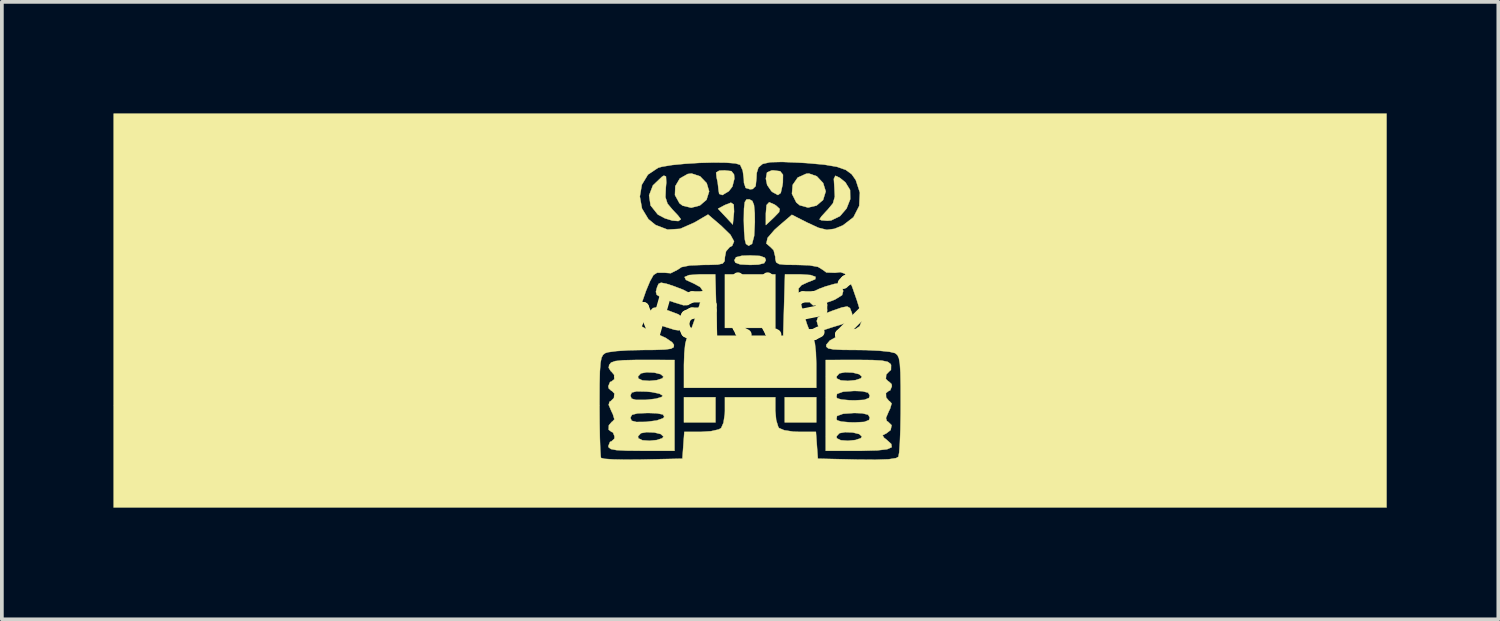
<source format=kicad_pcb>
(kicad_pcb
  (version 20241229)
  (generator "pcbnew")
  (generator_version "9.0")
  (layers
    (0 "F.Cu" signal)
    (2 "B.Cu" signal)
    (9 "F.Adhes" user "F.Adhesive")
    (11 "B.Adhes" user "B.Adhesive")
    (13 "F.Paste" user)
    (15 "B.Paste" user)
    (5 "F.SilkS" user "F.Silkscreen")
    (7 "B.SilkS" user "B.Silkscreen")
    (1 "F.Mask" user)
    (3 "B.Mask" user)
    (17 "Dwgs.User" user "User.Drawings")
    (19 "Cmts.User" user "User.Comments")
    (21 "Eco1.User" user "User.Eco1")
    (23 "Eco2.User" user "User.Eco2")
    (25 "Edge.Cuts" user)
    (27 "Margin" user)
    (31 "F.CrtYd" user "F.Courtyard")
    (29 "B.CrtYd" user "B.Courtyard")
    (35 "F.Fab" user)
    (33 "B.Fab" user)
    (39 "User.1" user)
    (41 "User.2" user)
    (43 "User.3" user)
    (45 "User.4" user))
  (footprint "walle2"
    (layer "F.Cu")
    (at 17.108 5.254)
    (property "Reference" "walle2" (at 0 0 0) (layer "F.SilkS") (effects (font (size 1.524 1.524) (thickness 0.3))))
    (attr through_hole)
    (fp_poly (pts (xy -0.931 3.048) (xy -1.778 3.048) (xy -1.778 2.371) (xy -0.931 2.371) (xy -0.931 3.048)) (stroke (width 0.01) (type solid)) (fill yes) (layer "F.SilkS"))
    (fp_poly (pts (xy 0.677 0.508) (xy -0.677 0.508) (xy -0.677 -0.931) (xy 0.677 -0.931) (xy 0.677 0.508)) (stroke (width 0.01) (type solid)) (fill yes) (layer "F.SilkS"))
    (fp_poly (pts (xy 1.778 3.048) (xy 0.931 3.048) (xy 0.931 2.371) (xy 1.778 2.371) (xy 1.778 3.048)) (stroke (width 0.01) (type solid)) (fill yes) (layer "F.SilkS"))
    (fp_poly (pts (xy -0.44 -2.806) (xy -0.432 -2.619) (xy -0.439 -2.54) (xy -0.466 -2.27) (xy -0.664 -2.483) (xy -0.863 -2.695) (xy -0.678 -2.794) (xy -0.515 -2.858) (xy -0.44 -2.806)) (stroke (width 0.01) (type solid)) (fill yes) (layer "F.SilkS"))
    (fp_poly (pts (xy 0.655 -2.808) (xy 0.708 -2.771) (xy 0.796 -2.688) (xy 0.779 -2.604) (xy 0.645 -2.465) (xy 0.64 -2.46) (xy 0.423 -2.256) (xy 0.423 -2.568) (xy 0.442 -2.794) (xy 0.512 -2.869) (xy 0.655 -2.808)) (stroke (width 0.01) (type solid)) (fill yes) (layer "F.SilkS"))
    (fp_poly (pts (xy 0.266 -1.426) (xy 0.396 -1.379) (xy 0.423 -1.312) (xy 0.378 -1.232) (xy 0.221 -1.193) (xy 0 -1.185) (xy -0.266 -1.199) (xy -0.396 -1.246) (xy -0.423 -1.312) (xy -0.378 -1.392) (xy -0.221 -1.431) (xy 0 -1.439) (xy 0.266 -1.426)) (stroke (width 0.01) (type solid)) (fill yes) (layer "F.SilkS"))
    (fp_poly (pts (xy -1.344 -3.566) (xy -1.167 -3.382) (xy -1.101 -3.16) (xy -1.172 -2.935) (xy -1.351 -2.782) (xy -1.583 -2.722) (xy -1.813 -2.777) (xy -1.899 -2.842) (xy -2.02 -3.063) (xy -2.01 -3.302) (xy -1.889 -3.508) (xy -1.679 -3.628) (xy -1.573 -3.641) (xy -1.344 -3.566)) (stroke (width 0.01) (type solid)) (fill yes) (layer "F.SilkS"))
    (fp_poly (pts (xy -0.502 -3.705) (xy -0.432 -3.615) (xy -0.423 -3.502) (xy -0.477 -3.29) (xy -0.572 -3.166) (xy -0.746 -3.062) (xy -0.831 -3.093) (xy -0.848 -3.196) (xy -0.871 -3.4) (xy -0.9 -3.535) (xy -0.914 -3.667) (xy -0.83 -3.718) (xy -0.687 -3.725) (xy -0.502 -3.705)) (stroke (width 0.01) (type solid)) (fill yes) (layer "F.SilkS"))
    (fp_poly (pts (xy 0.808 -3.703) (xy 0.883 -3.608) (xy 0.88 -3.401) (xy 0.869 -3.323) (xy 0.823 -3.118) (xy 0.748 -3.063) (xy 0.607 -3.139) (xy 0.572 -3.166) (xy 0.458 -3.333) (xy 0.423 -3.502) (xy 0.454 -3.669) (xy 0.579 -3.724) (xy 0.63 -3.725) (xy 0.808 -3.703)) (stroke (width 0.01) (type solid)) (fill yes) (layer "F.SilkS"))
    (fp_poly (pts (xy 1.792 -3.567) (xy 1.962 -3.386) (xy 2.032 -3.162) (xy 2.032 -3.16) (xy 1.961 -2.931) (xy 1.785 -2.78) (xy 1.557 -2.726) (xy 1.33 -2.789) (xy 1.241 -2.864) (xy 1.124 -3.097) (xy 1.144 -3.336) (xy 1.279 -3.532) (xy 1.507 -3.635) (xy 1.581 -3.641) (xy 1.792 -3.567)) (stroke (width 0.01) (type solid)) (fill yes) (layer "F.SilkS"))
    (fp_poly (pts (xy -2.246 -0.678) (xy -2.031 -0.607) (xy -1.795 -0.516) (xy -1.643 -0.436) (xy -1.611 -0.402) (xy -1.614 -0.204) (xy -1.663 -0.108) (xy -1.792 -0.102) (xy -2.034 -0.176) (xy -2.153 -0.218) (xy -2.393 -0.311) (xy -2.509 -0.381) (xy -2.532 -0.463) (xy -2.502 -0.58) (xy -2.461 -0.676) (xy -2.392 -0.707) (xy -2.246 -0.678)) (stroke (width 0.01) (type solid)) (fill yes) (layer "F.SilkS"))
    (fp_poly (pts (xy 0.059 -2.905) (xy 0.104 -2.794) (xy 0.124 -2.577) (xy 0.127 -2.334) (xy 0.108 -1.964) (xy 0.052 -1.751) (xy -0.039 -1.7) (xy -0.111 -1.748) (xy -0.14 -1.856) (xy -0.161 -2.085) (xy -0.169 -2.385) (xy -0.169 -2.391) (xy -0.164 -2.7) (xy -0.143 -2.873) (xy -0.097 -2.944) (xy -0.021 -2.947) (xy 0.059 -2.905)) (stroke (width 0.01) (type solid)) (fill yes) (layer "F.SilkS"))
    (fp_poly (pts (xy -2.34 -0.005) (xy -2.18 0.048) (xy -1.927 0.144) (xy -1.808 0.23) (xy -1.792 0.341) (xy -1.829 0.459) (xy -1.865 0.54) (xy -1.919 0.573) (xy -2.032 0.558) (xy -2.246 0.491) (xy -2.392 0.443) (xy -2.648 0.35) (xy -2.765 0.274) (xy -2.768 0.182) (xy -2.688 0.057) (xy -2.612 -0.025) (xy -2.513 -0.045) (xy -2.34 -0.005)) (stroke (width 0.01) (type solid)) (fill yes) (layer "F.SilkS"))
    (fp_poly (pts (xy 2.455 -0.679) (xy 2.483 -0.541) (xy 2.502 -0.484) (xy 2.471 -0.372) (xy 2.283 -0.256) (xy 2.204 -0.223) (xy 1.886 -0.114) (xy 1.694 -0.096) (xy 1.614 -0.168) (xy 1.609 -0.212) (xy 1.605 -0.365) (xy 1.602 -0.399) (xy 1.672 -0.458) (xy 1.857 -0.543) (xy 2.026 -0.606) (xy 2.263 -0.674) (xy 2.419 -0.696) (xy 2.455 -0.679)) (stroke (width 0.01) (type solid)) (fill yes) (layer "F.SilkS"))
    (fp_poly (pts (xy 2.411 -3.525) (xy 2.561 -3.403) (xy 2.686 -3.199) (xy 2.69 -2.95) (xy 2.592 -2.701) (xy 2.415 -2.496) (xy 2.179 -2.381) (xy 2.078 -2.371) (xy 1.917 -2.384) (xy 1.863 -2.409) (xy 1.917 -2.488) (xy 2.05 -2.634) (xy 2.085 -2.67) (xy 2.226 -2.841) (xy 2.277 -3.019) (xy 2.265 -3.265) (xy 2.25 -3.498) (xy 2.291 -3.581) (xy 2.411 -3.525)) (stroke (width 0.01) (type solid)) (fill yes) (layer "F.SilkS"))
    (fp_poly (pts (xy 2.683 -0.025) (xy 2.731 0.096) (xy 2.742 0.134) (xy 2.753 0.254) (xy 2.668 0.336) (xy 2.453 0.414) (xy 2.448 0.416) (xy 2.205 0.49) (xy 2.025 0.549) (xy 1.992 0.561) (xy 1.876 0.531) (xy 1.831 0.464) (xy 1.79 0.322) (xy 1.821 0.227) (xy 1.954 0.146) (xy 2.205 0.049) (xy 2.465 -0.041) (xy 2.609 -0.068) (xy 2.683 -0.025)) (stroke (width 0.01) (type solid)) (fill yes) (layer "F.SilkS"))
    (fp_poly (pts (xy -2.261 -3.562) (xy -2.253 -3.396) (xy -2.265 -3.265) (xy -2.276 -3.006) (xy -2.22 -2.831) (xy -2.085 -2.67) (xy -1.94 -2.516) (xy -1.865 -2.418) (xy -1.863 -2.409) (xy -1.93 -2.363) (xy -2.092 -2.377) (xy -2.291 -2.438) (xy -2.471 -2.534) (xy -2.486 -2.546) (xy -2.675 -2.783) (xy -2.715 -3.054) (xy -2.612 -3.322) (xy -2.372 -3.551) (xy -2.318 -3.584) (xy -2.261 -3.562)) (stroke (width 0.01) (type solid)) (fill yes) (layer "F.SilkS"))
    (fp_poly (pts (xy -0.913 -0.106) (xy -0.889 0.72) (xy 0.889 0.72) (xy 0.913 -0.106) (xy 0.937 -0.931) (xy 1.358 -0.931) (xy 1.624 -0.913) (xy 1.759 -0.865) (xy 1.751 -0.801) (xy 1.587 -0.733) (xy 1.563 -0.726) (xy 1.383 -0.643) (xy 1.301 -0.551) (xy 1.305 -0.417) (xy 1.354 -0.178) (xy 1.434 0.115) (xy 1.529 0.41) (xy 1.624 0.655) (xy 1.702 0.798) (xy 1.704 0.8) (xy 1.74 0.919) (xy 1.767 1.158) (xy 1.778 1.468) (xy 1.778 1.499) (xy 1.778 2.117) (xy -1.778 2.117) (xy -1.778 1.499) (xy -1.768 1.185) (xy -1.743 0.938) (xy -1.708 0.805) (xy -1.704 0.8) (xy -1.64 0.678) (xy -1.548 0.447) (xy -1.447 0.16) (xy -1.355 -0.129) (xy -1.29 -0.366) (xy -1.27 -0.487) (xy -1.342 -0.591) (xy -1.515 -0.687) (xy -1.524 -0.69) (xy -1.725 -0.783) (xy -1.762 -0.86) (xy -1.64 -0.912) (xy -1.365 -0.931) (xy -1.358 -0.931) (xy -0.937 -0.931) (xy -0.913 -0.106)) (stroke (width 0.01) (type solid)) (fill yes) (layer "F.SilkS"))
    (fp_poly (pts (xy 3.283 1.372) (xy 3.543 1.387) (xy 3.696 1.419) (xy 3.771 1.473) (xy 3.788 1.504) (xy 3.785 1.636) (xy 3.741 1.674) (xy 3.658 1.76) (xy 3.648 1.88) (xy 3.716 1.947) (xy 3.725 1.947) (xy 3.8 2.016) (xy 3.81 2.074) (xy 3.764 2.187) (xy 3.725 2.201) (xy 3.65 2.26) (xy 3.655 2.378) (xy 3.734 2.472) (xy 3.747 2.477) (xy 3.803 2.538) (xy 3.762 2.679) (xy 3.725 2.752) (xy 3.65 2.929) (xy 3.674 3.012) (xy 3.704 3.027) (xy 3.802 3.122) (xy 3.776 3.253) (xy 3.662 3.341) (xy 3.56 3.394) (xy 3.598 3.459) (xy 3.662 3.508) (xy 3.793 3.627) (xy 3.805 3.713) (xy 3.684 3.768) (xy 3.42 3.799) (xy 3 3.81) (xy 2.921 3.81) (xy 2.032 3.81) (xy 2.032 3.424) (xy 2.32 3.424) (xy 2.331 3.475) (xy 2.438 3.527) (xy 2.627 3.541) (xy 2.828 3.521) (xy 2.973 3.473) (xy 3.006 3.429) (xy 2.933 3.361) (xy 2.759 3.318) (xy 2.553 3.309) (xy 2.4 3.337) (xy 2.32 3.424) (xy 2.032 3.424) (xy 2.032 2.964) (xy 2.32 2.964) (xy 2.345 2.994) (xy 2.455 3.026) (xy 2.673 3.045) (xy 2.808 3.048) (xy 3.069 3.034) (xy 3.194 2.984) (xy 3.217 2.921) (xy 3.172 2.841) (xy 3.013 2.802) (xy 2.799 2.794) (xy 2.5 2.815) (xy 2.335 2.874) (xy 2.32 2.964) (xy 2.032 2.964) (xy 2.032 2.371) (xy 2.32 2.371) (xy 2.345 2.401) (xy 2.455 2.433) (xy 2.673 2.452) (xy 2.808 2.455) (xy 3.069 2.441) (xy 3.194 2.391) (xy 3.217 2.328) (xy 3.172 2.248) (xy 3.013 2.209) (xy 2.799 2.201) (xy 2.5 2.222) (xy 2.335 2.281) (xy 2.32 2.371) (xy 2.032 2.371) (xy 2.032 1.815) (xy 2.32 1.815) (xy 2.331 1.867) (xy 2.438 1.918) (xy 2.627 1.932) (xy 2.828 1.912) (xy 2.973 1.865) (xy 3.006 1.82) (xy 2.933 1.753) (xy 2.759 1.709) (xy 2.553 1.7) (xy 2.4 1.729) (xy 2.32 1.815) (xy 2.032 1.815) (xy 2.032 1.37) (xy 2.884 1.368) (xy 3.283 1.372)) (stroke (width 0.01) (type solid)) (fill yes) (layer "F.SilkS"))
    (fp_poly (pts (xy -2.032 1.37) (xy -2.032 3.81) (xy -2.921 3.81) (xy -3.327 3.806) (xy -3.591 3.792) (xy -3.741 3.763) (xy -3.803 3.716) (xy -3.81 3.683) (xy -3.764 3.57) (xy -3.725 3.556) (xy -3.65 3.487) (xy -3.641 3.429) (xy -3.643 3.424) (xy -3.014 3.424) (xy -3.003 3.475) (xy -2.896 3.527) (xy -2.707 3.541) (xy -2.506 3.521) (xy -2.361 3.473) (xy -2.328 3.429) (xy -2.401 3.361) (xy -2.575 3.318) (xy -2.781 3.309) (xy -2.934 3.337) (xy -3.014 3.424) (xy -3.643 3.424) (xy -3.686 3.316) (xy -3.725 3.302) (xy -3.801 3.244) (xy -3.796 3.125) (xy -3.717 3.032) (xy -3.704 3.027) (xy -3.647 2.965) (xy -3.659 2.925) (xy -3.217 2.925) (xy -3.183 3.003) (xy -3.057 3.036) (xy -2.803 3.033) (xy -2.779 3.031) (xy -2.509 2.996) (xy -2.34 2.936) (xy -2.307 2.9) (xy -2.34 2.835) (xy -2.506 2.802) (xy -2.745 2.794) (xy -3.025 2.804) (xy -3.172 2.842) (xy -3.217 2.916) (xy -3.217 2.925) (xy -3.659 2.925) (xy -3.689 2.825) (xy -3.725 2.752) (xy -3.801 2.575) (xy -3.777 2.491) (xy -3.747 2.477) (xy -3.66 2.391) (xy -3.653 2.328) (xy -3.217 2.328) (xy -3.186 2.408) (xy -3.069 2.442) (xy -2.827 2.442) (xy -2.773 2.439) (xy -2.529 2.41) (xy -2.376 2.364) (xy -2.348 2.328) (xy -2.437 2.275) (xy -2.641 2.233) (xy -2.793 2.218) (xy -3.051 2.213) (xy -3.18 2.244) (xy -3.217 2.321) (xy -3.217 2.328) (xy -3.653 2.328) (xy -3.647 2.271) (xy -3.713 2.202) (xy -3.725 2.201) (xy -3.8 2.133) (xy -3.81 2.074) (xy -3.764 1.962) (xy -3.725 1.947) (xy -3.65 1.888) (xy -3.653 1.815) (xy -3.014 1.815) (xy -3.003 1.867) (xy -2.896 1.918) (xy -2.707 1.932) (xy -2.506 1.912) (xy -2.361 1.865) (xy -2.328 1.82) (xy -2.401 1.753) (xy -2.575 1.709) (xy -2.781 1.7) (xy -2.934 1.729) (xy -3.014 1.815) (xy -3.653 1.815) (xy -3.654 1.769) (xy -3.731 1.678) (xy -3.741 1.674) (xy -3.8 1.581) (xy -3.788 1.504) (xy -3.737 1.44) (xy -3.622 1.399) (xy -3.412 1.377) (xy -3.078 1.369) (xy -2.884 1.368) (xy -2.032 1.37)) (stroke (width 0.01) (type solid)) (fill yes) (layer "F.SilkS"))
    (fp_poly (pts (xy 17.103 5.334) (xy -17.103 5.334) (xy -17.103 2.498) (xy -4.048 2.498) (xy -4.048 2.602) (xy -4.045 3.062) (xy -4.038 3.463) (xy -4.027 3.772) (xy -4.015 3.961) (xy -4.006 4.003) (xy -3.911 4.026) (xy -3.68 4.042) (xy -3.347 4.049) (xy -2.945 4.046) (xy -2.893 4.045) (xy -1.82 4.022) (xy -1.794 3.662) (xy -1.768 3.302) (xy -1.324 3.302) (xy -1.052 3.284) (xy -0.845 3.237) (xy -0.779 3.2) (xy -0.716 3.057) (xy -0.68 2.821) (xy -0.677 2.735) (xy -0.677 2.371) (xy 0.677 2.371) (xy 0.677 2.735) (xy 0.7 2.984) (xy 0.756 3.167) (xy 0.779 3.2) (xy 0.917 3.258) (xy 1.159 3.295) (xy 1.324 3.302) (xy 1.768 3.302) (xy 1.794 3.662) (xy 1.82 4.022) (xy 2.872 4.046) (xy 3.375 4.05) (xy 3.722 4.038) (xy 3.922 4.007) (xy 3.985 3.971) (xy 4.006 3.855) (xy 4.024 3.602) (xy 4.038 3.244) (xy 4.046 2.812) (xy 4.047 2.57) (xy 4.046 2.07) (xy 4.039 1.712) (xy 4.024 1.472) (xy 3.998 1.322) (xy 3.957 1.236) (xy 3.899 1.188) (xy 3.892 1.184) (xy 3.744 1.149) (xy 3.471 1.121) (xy 3.119 1.104) (xy 2.878 1.101) (xy 2.488 1.098) (xy 2.238 1.085) (xy 2.101 1.059) (xy 2.048 1.014) (xy 2.047 0.96) (xy 2.142 0.847) (xy 2.355 0.729) (xy 2.473 0.685) (xy 2.773 0.574) (xy 2.943 0.464) (xy 3.002 0.313) (xy 2.967 0.081) (xy 2.873 -0.224) (xy 2.744 -0.595) (xy 2.64 -0.829) (xy 2.54 -0.952) (xy 2.424 -0.991) (xy 2.286 -0.974) (xy 2.049 -0.982) (xy 1.95 -1.055) (xy 1.823 -1.133) (xy 1.585 -1.175) (xy 1.26 -1.185) (xy 0.953 -1.189) (xy 0.779 -1.207) (xy 0.7 -1.255) (xy 0.678 -1.346) (xy 0.677 -1.4) (xy 0.632 -1.58) (xy 0.55 -1.663) (xy 0.436 -1.76) (xy 0.47 -1.912) (xy 0.653 -2.125) (xy 0.773 -2.233) (xy 1.122 -2.532) (xy 1.532 -2.324) (xy 1.837 -2.183) (xy 2.061 -2.128) (xy 2.266 -2.155) (xy 2.494 -2.248) (xy 2.777 -2.466) (xy 2.932 -2.77) (xy 2.95 -3.127) (xy 2.84 -3.464) (xy 2.73 -3.622) (xy 2.57 -3.739) (xy 2.333 -3.822) (xy 1.99 -3.88) (xy 1.515 -3.922) (xy 1.325 -3.933) (xy 0.861 -3.953) (xy 0.54 -3.945) (xy 0.336 -3.899) (xy 0.224 -3.805) (xy 0.177 -3.655) (xy 0.169 -3.503) (xy 0.149 -3.303) (xy 0.07 -3.225) (xy 0 -3.217) (xy -0.119 -3.253) (xy -0.165 -3.389) (xy -0.169 -3.497) (xy -0.198 -3.72) (xy -0.266 -3.872) (xy -0.268 -3.875) (xy -0.392 -3.913) (xy -0.643 -3.933) (xy -0.981 -3.937) (xy -1.363 -3.927) (xy -1.749 -3.903) (xy -2.098 -3.869) (xy -2.368 -3.824) (xy -2.472 -3.795) (xy -2.745 -3.613) (xy -2.91 -3.341) (xy -2.964 -3.023) (xy -2.906 -2.7) (xy -2.734 -2.415) (xy -2.541 -2.258) (xy -2.217 -2.134) (xy -1.88 -2.155) (xy -1.499 -2.323) (xy -1.49 -2.328) (xy -1.13 -2.539) (xy -0.777 -2.237) (xy -0.529 -1.995) (xy -0.432 -1.818) (xy -0.483 -1.698) (xy -0.55 -1.663) (xy -0.647 -1.55) (xy -0.677 -1.4) (xy -0.686 -1.287) (xy -0.737 -1.223) (xy -0.867 -1.194) (xy -1.113 -1.186) (xy -1.26 -1.185) (xy -1.62 -1.171) (xy -1.844 -1.126) (xy -1.95 -1.055) (xy -2.133 -0.962) (xy -2.286 -0.974) (xy -2.502 -0.974) (xy -2.597 -0.914) (xy -2.69 -0.747) (xy -2.797 -0.491) (xy -2.899 -0.198) (xy -2.98 0.08) (xy -3.023 0.291) (xy -3.021 0.371) (xy -2.921 0.465) (xy -2.712 0.581) (xy -2.525 0.66) (xy -2.269 0.776) (xy -2.095 0.895) (xy -2.047 0.964) (xy -2.054 1.026) (xy -2.126 1.067) (xy -2.289 1.089) (xy -2.572 1.099) (xy -2.878 1.101) (xy -3.258 1.109) (xy -3.586 1.13) (xy -3.817 1.161) (xy -3.892 1.184) (xy -3.952 1.23) (xy -3.994 1.31) (xy -4.021 1.451) (xy -4.038 1.679) (xy -4.046 2.019) (xy -4.048 2.498) (xy -17.103 2.498) (xy -17.103 -5.249) (xy 17.103 -5.249) (xy 17.103 5.334)) (stroke (width 0.01) (type solid)) (fill yes) (layer "F.SilkS")))
  (gr_rect
    (start -3 -3)
    (end 37.215 13.593)
    (stroke (width 0.1) (type default))
    (fill no)
    (layer "Edge.Cuts")))
</source>
